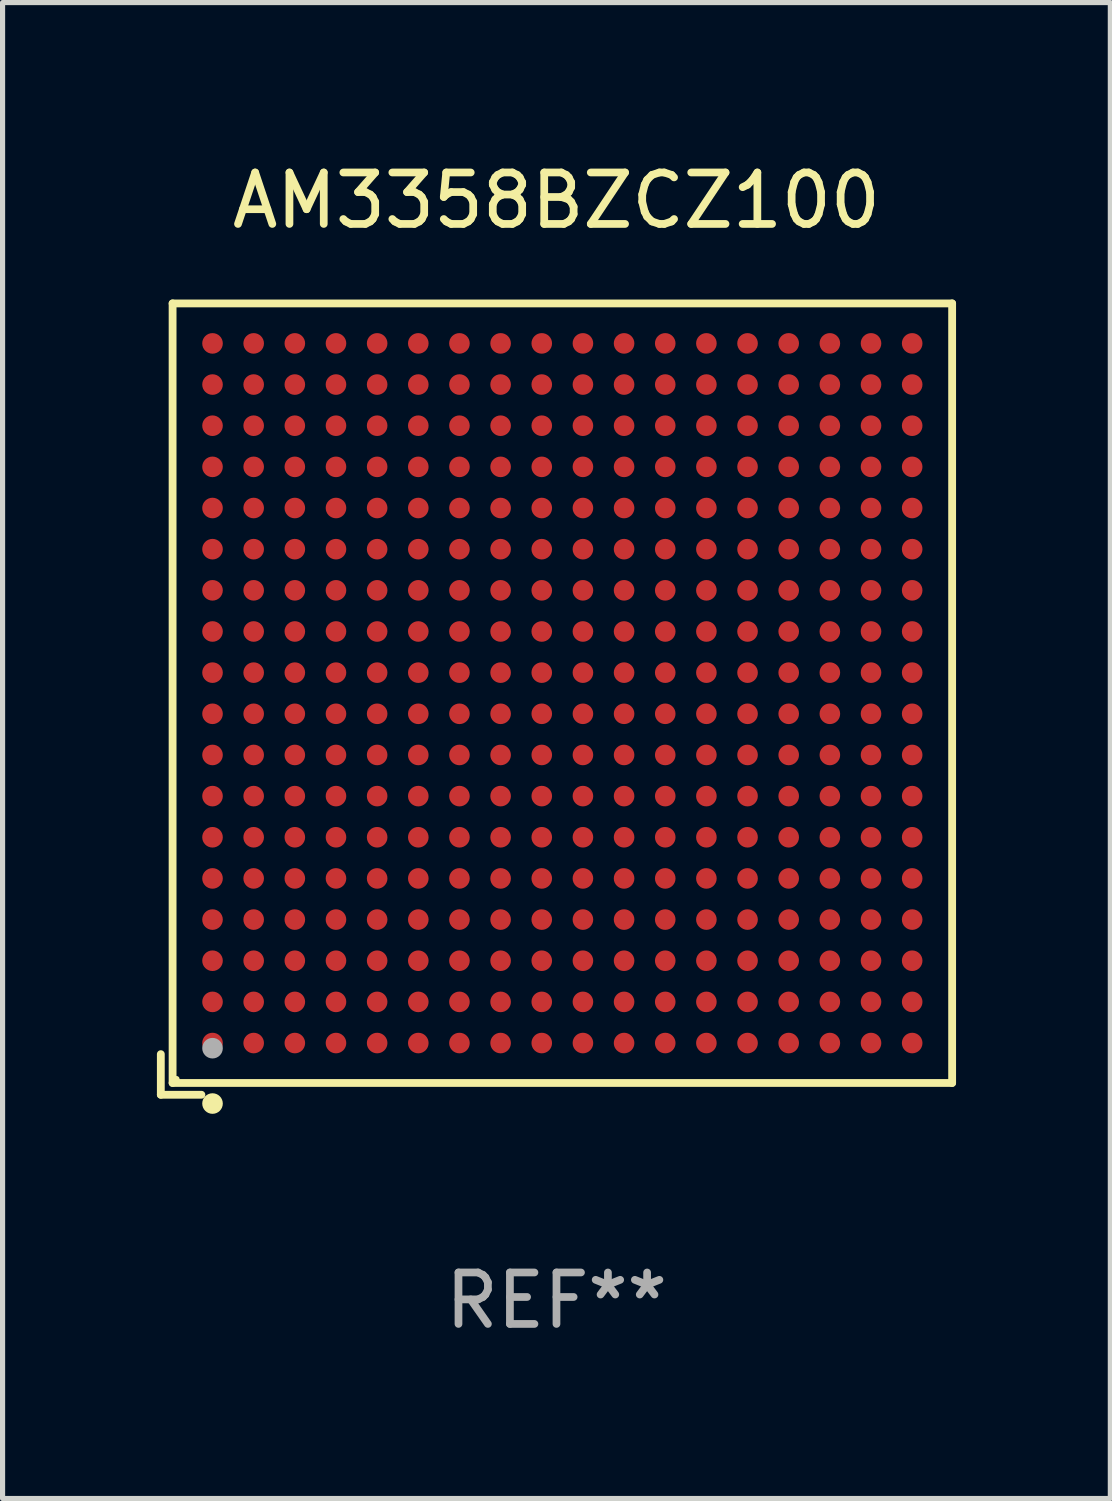
<source format=kicad_pcb>
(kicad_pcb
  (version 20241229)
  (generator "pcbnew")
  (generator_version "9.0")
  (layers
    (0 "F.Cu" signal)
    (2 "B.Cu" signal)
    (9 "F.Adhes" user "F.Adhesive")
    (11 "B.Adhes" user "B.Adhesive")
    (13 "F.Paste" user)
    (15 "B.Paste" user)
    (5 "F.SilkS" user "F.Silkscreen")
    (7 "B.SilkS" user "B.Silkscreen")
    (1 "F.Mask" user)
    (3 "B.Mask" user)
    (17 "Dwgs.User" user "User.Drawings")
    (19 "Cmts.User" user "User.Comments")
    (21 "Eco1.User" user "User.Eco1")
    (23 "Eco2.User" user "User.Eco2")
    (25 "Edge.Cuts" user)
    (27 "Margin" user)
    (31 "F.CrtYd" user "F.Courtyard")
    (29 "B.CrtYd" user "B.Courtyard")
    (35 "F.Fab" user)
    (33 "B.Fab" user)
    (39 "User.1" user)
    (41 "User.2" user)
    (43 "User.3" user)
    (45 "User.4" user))
  (footprint "AM3358BZCZ100"
    (layer "F.Cu")
    (at 7.767 10.539)
    (property "Reference" "AM3358BZCZ100" (at 0 -9.691 0) (layer "F.SilkS") (effects (font (size 1 1) (thickness 0.15))))
    (attr through_hole)
    (fp_line (start -7.691 6.902) (end -7.691 7.691) (stroke (width 0.152) (type solid)) (layer "F.SilkS"))
    (fp_line (start -7.691 7.691) (end -6.902 7.691) (stroke (width 0.152) (type solid)) (layer "F.SilkS"))
    (fp_line (start -7.462 -7.691) (end 7.691 -7.691) (stroke (width 0.152) (type solid)) (layer "F.SilkS"))
    (fp_line (start -7.462 7.462) (end -7.462 -7.691) (stroke (width 0.152) (type solid)) (layer "F.SilkS"))
    (fp_line (start 7.691 -7.691) (end 7.691 7.462) (stroke (width 0.152) (type solid)) (layer "F.SilkS"))
    (fp_line (start 7.691 7.462) (end -7.462 7.462) (stroke (width 0.152) (type solid)) (layer "F.SilkS"))
    (fp_circle (center -7.386 7.386) (end -7.356 7.386) (stroke (width 0.06) (type solid)) (fill no) (layer "F.SilkS"))
    (fp_circle (center -6.686 7.862) (end -6.586 7.862) (stroke (width 0.2) (type solid)) (fill no) (layer "F.SilkS"))
    (fp_circle (center -6.686 6.786) (end -6.586 6.786) (stroke (width 0.2) (type solid)) (fill no) (layer "F.Fab"))
    (fp_text user "REF**" (at 0 11.691 0) (layer "F.Fab") (effects (font (size 1 1) (thickness 0.15))))
    (pad "A1" smd circle (at -6.686 6.686) (size 0.4 0.4) (layers "F.Cu" "F.Mask" "F.Paste"))
    (pad "A2" smd circle (at -6.686 5.886) (size 0.4 0.4) (layers "F.Cu" "F.Mask" "F.Paste"))
    (pad "A3" smd circle (at -6.686 5.086) (size 0.4 0.4) (layers "F.Cu" "F.Mask" "F.Paste"))
    (pad "A4" smd circle (at -6.686 4.286) (size 0.4 0.4) (layers "F.Cu" "F.Mask" "F.Paste"))
    (pad "A5" smd circle (at -6.686 3.486) (size 0.4 0.4) (layers "F.Cu" "F.Mask" "F.Paste"))
    (pad "A6" smd circle (at -6.686 2.686) (size 0.4 0.4) (layers "F.Cu" "F.Mask" "F.Paste"))
    (pad "A7" smd circle (at -6.686 1.886) (size 0.4 0.4) (layers "F.Cu" "F.Mask" "F.Paste"))
    (pad "A8" smd circle (at -6.686 1.086) (size 0.4 0.4) (layers "F.Cu" "F.Mask" "F.Paste"))
    (pad "A9" smd circle (at -6.686 0.286) (size 0.4 0.4) (layers "F.Cu" "F.Mask" "F.Paste"))
    (pad "A10" smd circle (at -6.686 -0.514) (size 0.4 0.4) (layers "F.Cu" "F.Mask" "F.Paste"))
    (pad "A11" smd circle (at -6.686 -1.314) (size 0.4 0.4) (layers "F.Cu" "F.Mask" "F.Paste"))
    (pad "A12" smd circle (at -6.686 -2.114) (size 0.4 0.4) (layers "F.Cu" "F.Mask" "F.Paste"))
    (pad "A13" smd circle (at -6.686 -2.914) (size 0.4 0.4) (layers "F.Cu" "F.Mask" "F.Paste"))
    (pad "A14" smd circle (at -6.686 -3.714) (size 0.4 0.4) (layers "F.Cu" "F.Mask" "F.Paste"))
    (pad "A15" smd circle (at -6.686 -4.514) (size 0.4 0.4) (layers "F.Cu" "F.Mask" "F.Paste"))
    (pad "A16" smd circle (at -6.686 -5.314) (size 0.4 0.4) (layers "F.Cu" "F.Mask" "F.Paste"))
    (pad "A17" smd circle (at -6.686 -6.114) (size 0.4 0.4) (layers "F.Cu" "F.Mask" "F.Paste"))
    (pad "A18" smd circle (at -6.686 -6.914) (size 0.4 0.4) (layers "F.Cu" "F.Mask" "F.Paste"))
    (pad "B1" smd circle (at -5.886 6.686) (size 0.4 0.4) (layers "F.Cu" "F.Mask" "F.Paste"))
    (pad "B2" smd circle (at -5.886 5.886) (size 0.4 0.4) (layers "F.Cu" "F.Mask" "F.Paste"))
    (pad "B3" smd circle (at -5.886 5.086) (size 0.4 0.4) (layers "F.Cu" "F.Mask" "F.Paste"))
    (pad "B4" smd circle (at -5.886 4.286) (size 0.4 0.4) (layers "F.Cu" "F.Mask" "F.Paste"))
    (pad "B5" smd circle (at -5.886 3.486) (size 0.4 0.4) (layers "F.Cu" "F.Mask" "F.Paste"))
    (pad "B6" smd circle (at -5.886 2.686) (size 0.4 0.4) (layers "F.Cu" "F.Mask" "F.Paste"))
    (pad "B7" smd circle (at -5.886 1.886) (size 0.4 0.4) (layers "F.Cu" "F.Mask" "F.Paste"))
    (pad "B8" smd circle (at -5.886 1.086) (size 0.4 0.4) (layers "F.Cu" "F.Mask" "F.Paste"))
    (pad "B9" smd circle (at -5.886 0.286) (size 0.4 0.4) (layers "F.Cu" "F.Mask" "F.Paste"))
    (pad "B10" smd circle (at -5.886 -0.514) (size 0.4 0.4) (layers "F.Cu" "F.Mask" "F.Paste"))
    (pad "B11" smd circle (at -5.886 -1.314) (size 0.4 0.4) (layers "F.Cu" "F.Mask" "F.Paste"))
    (pad "B12" smd circle (at -5.886 -2.114) (size 0.4 0.4) (layers "F.Cu" "F.Mask" "F.Paste"))
    (pad "B13" smd circle (at -5.886 -2.914) (size 0.4 0.4) (layers "F.Cu" "F.Mask" "F.Paste"))
    (pad "B14" smd circle (at -5.886 -3.714) (size 0.4 0.4) (layers "F.Cu" "F.Mask" "F.Paste"))
    (pad "B15" smd circle (at -5.886 -4.514) (size 0.4 0.4) (layers "F.Cu" "F.Mask" "F.Paste"))
    (pad "B16" smd circle (at -5.886 -5.314) (size 0.4 0.4) (layers "F.Cu" "F.Mask" "F.Paste"))
    (pad "B17" smd circle (at -5.886 -6.114) (size 0.4 0.4) (layers "F.Cu" "F.Mask" "F.Paste"))
    (pad "B18" smd circle (at -5.886 -6.914) (size 0.4 0.4) (layers "F.Cu" "F.Mask" "F.Paste"))
    (pad "C1" smd circle (at -5.086 6.686) (size 0.4 0.4) (layers "F.Cu" "F.Mask" "F.Paste"))
    (pad "C2" smd circle (at -5.086 5.886) (size 0.4 0.4) (layers "F.Cu" "F.Mask" "F.Paste"))
    (pad "C3" smd circle (at -5.086 5.086) (size 0.4 0.4) (layers "F.Cu" "F.Mask" "F.Paste"))
    (pad "C4" smd circle (at -5.086 4.286) (size 0.4 0.4) (layers "F.Cu" "F.Mask" "F.Paste"))
    (pad "C5" smd circle (at -5.086 3.486) (size 0.4 0.4) (layers "F.Cu" "F.Mask" "F.Paste"))
    (pad "C6" smd circle (at -5.086 2.686) (size 0.4 0.4) (layers "F.Cu" "F.Mask" "F.Paste"))
    (pad "C7" smd circle (at -5.086 1.886) (size 0.4 0.4) (layers "F.Cu" "F.Mask" "F.Paste"))
    (pad "C8" smd circle (at -5.086 1.086) (size 0.4 0.4) (layers "F.Cu" "F.Mask" "F.Paste"))
    (pad "C9" smd circle (at -5.086 0.286) (size 0.4 0.4) (layers "F.Cu" "F.Mask" "F.Paste"))
    (pad "C10" smd circle (at -5.086 -0.514) (size 0.4 0.4) (layers "F.Cu" "F.Mask" "F.Paste"))
    (pad "C11" smd circle (at -5.086 -1.314) (size 0.4 0.4) (layers "F.Cu" "F.Mask" "F.Paste"))
    (pad "C12" smd circle (at -5.086 -2.114) (size 0.4 0.4) (layers "F.Cu" "F.Mask" "F.Paste"))
    (pad "C13" smd circle (at -5.086 -2.914) (size 0.4 0.4) (layers "F.Cu" "F.Mask" "F.Paste"))
    (pad "C14" smd circle (at -5.086 -3.714) (size 0.4 0.4) (layers "F.Cu" "F.Mask" "F.Paste"))
    (pad "C15" smd circle (at -5.086 -4.514) (size 0.4 0.4) (layers "F.Cu" "F.Mask" "F.Paste"))
    (pad "C16" smd circle (at -5.086 -5.314) (size 0.4 0.4) (layers "F.Cu" "F.Mask" "F.Paste"))
    (pad "C17" smd circle (at -5.086 -6.114) (size 0.4 0.4) (layers "F.Cu" "F.Mask" "F.Paste"))
    (pad "C18" smd circle (at -5.086 -6.914) (size 0.4 0.4) (layers "F.Cu" "F.Mask" "F.Paste"))
    (pad "D1" smd circle (at -4.286 6.686) (size 0.4 0.4) (layers "F.Cu" "F.Mask" "F.Paste"))
    (pad "D2" smd circle (at -4.286 5.886) (size 0.4 0.4) (layers "F.Cu" "F.Mask" "F.Paste"))
    (pad "D3" smd circle (at -4.286 5.086) (size 0.4 0.4) (layers "F.Cu" "F.Mask" "F.Paste"))
    (pad "D4" smd circle (at -4.286 4.286) (size 0.4 0.4) (layers "F.Cu" "F.Mask" "F.Paste"))
    (pad "D5" smd circle (at -4.286 3.486) (size 0.4 0.4) (layers "F.Cu" "F.Mask" "F.Paste"))
    (pad "D6" smd circle (at -4.286 2.686) (size 0.4 0.4) (layers "F.Cu" "F.Mask" "F.Paste"))
    (pad "D7" smd circle (at -4.286 1.886) (size 0.4 0.4) (layers "F.Cu" "F.Mask" "F.Paste"))
    (pad "D8" smd circle (at -4.286 1.086) (size 0.4 0.4) (layers "F.Cu" "F.Mask" "F.Paste"))
    (pad "D9" smd circle (at -4.286 0.286) (size 0.4 0.4) (layers "F.Cu" "F.Mask" "F.Paste"))
    (pad "D10" smd circle (at -4.286 -0.514) (size 0.4 0.4) (layers "F.Cu" "F.Mask" "F.Paste"))
    (pad "D11" smd circle (at -4.286 -1.314) (size 0.4 0.4) (layers "F.Cu" "F.Mask" "F.Paste"))
    (pad "D12" smd circle (at -4.286 -2.114) (size 0.4 0.4) (layers "F.Cu" "F.Mask" "F.Paste"))
    (pad "D13" smd circle (at -4.286 -2.914) (size 0.4 0.4) (layers "F.Cu" "F.Mask" "F.Paste"))
    (pad "D14" smd circle (at -4.286 -3.714) (size 0.4 0.4) (layers "F.Cu" "F.Mask" "F.Paste"))
    (pad "D15" smd circle (at -4.286 -4.514) (size 0.4 0.4) (layers "F.Cu" "F.Mask" "F.Paste"))
    (pad "D16" smd circle (at -4.286 -5.314) (size 0.4 0.4) (layers "F.Cu" "F.Mask" "F.Paste"))
    (pad "D17" smd circle (at -4.286 -6.114) (size 0.4 0.4) (layers "F.Cu" "F.Mask" "F.Paste"))
    (pad "D18" smd circle (at -4.286 -6.914) (size 0.4 0.4) (layers "F.Cu" "F.Mask" "F.Paste"))
    (pad "E1" smd circle (at -3.486 6.686) (size 0.4 0.4) (layers "F.Cu" "F.Mask" "F.Paste"))
    (pad "E2" smd circle (at -3.486 5.886) (size 0.4 0.4) (layers "F.Cu" "F.Mask" "F.Paste"))
    (pad "E3" smd circle (at -3.486 5.086) (size 0.4 0.4) (layers "F.Cu" "F.Mask" "F.Paste"))
    (pad "E4" smd circle (at -3.486 4.286) (size 0.4 0.4) (layers "F.Cu" "F.Mask" "F.Paste"))
    (pad "E5" smd circle (at -3.486 3.486) (size 0.4 0.4) (layers "F.Cu" "F.Mask" "F.Paste"))
    (pad "E6" smd circle (at -3.486 2.686) (size 0.4 0.4) (layers "F.Cu" "F.Mask" "F.Paste"))
    (pad "E7" smd circle (at -3.486 1.886) (size 0.4 0.4) (layers "F.Cu" "F.Mask" "F.Paste"))
    (pad "E8" smd circle (at -3.486 1.086) (size 0.4 0.4) (layers "F.Cu" "F.Mask" "F.Paste"))
    (pad "E9" smd circle (at -3.486 0.286) (size 0.4 0.4) (layers "F.Cu" "F.Mask" "F.Paste"))
    (pad "E10" smd circle (at -3.486 -0.514) (size 0.4 0.4) (layers "F.Cu" "F.Mask" "F.Paste"))
    (pad "E11" smd circle (at -3.486 -1.314) (size 0.4 0.4) (layers "F.Cu" "F.Mask" "F.Paste"))
    (pad "E12" smd circle (at -3.486 -2.114) (size 0.4 0.4) (layers "F.Cu" "F.Mask" "F.Paste"))
    (pad "E13" smd circle (at -3.486 -2.914) (size 0.4 0.4) (layers "F.Cu" "F.Mask" "F.Paste"))
    (pad "E14" smd circle (at -3.486 -3.714) (size 0.4 0.4) (layers "F.Cu" "F.Mask" "F.Paste"))
    (pad "E15" smd circle (at -3.486 -4.514) (size 0.4 0.4) (layers "F.Cu" "F.Mask" "F.Paste"))
    (pad "E16" smd circle (at -3.486 -5.314) (size 0.4 0.4) (layers "F.Cu" "F.Mask" "F.Paste"))
    (pad "E17" smd circle (at -3.486 -6.114) (size 0.4 0.4) (layers "F.Cu" "F.Mask" "F.Paste"))
    (pad "E18" smd circle (at -3.486 -6.914) (size 0.4 0.4) (layers "F.Cu" "F.Mask" "F.Paste"))
    (pad "F1" smd circle (at -2.686 6.686) (size 0.4 0.4) (layers "F.Cu" "F.Mask" "F.Paste"))
    (pad "F2" smd circle (at -2.686 5.886) (size 0.4 0.4) (layers "F.Cu" "F.Mask" "F.Paste"))
    (pad "F3" smd circle (at -2.686 5.086) (size 0.4 0.4) (layers "F.Cu" "F.Mask" "F.Paste"))
    (pad "F4" smd circle (at -2.686 4.286) (size 0.4 0.4) (layers "F.Cu" "F.Mask" "F.Paste"))
    (pad "F5" smd circle (at -2.686 3.486) (size 0.4 0.4) (layers "F.Cu" "F.Mask" "F.Paste"))
    (pad "F6" smd circle (at -2.686 2.686) (size 0.4 0.4) (layers "F.Cu" "F.Mask" "F.Paste"))
    (pad "F7" smd circle (at -2.686 1.886) (size 0.4 0.4) (layers "F.Cu" "F.Mask" "F.Paste"))
    (pad "F8" smd circle (at -2.686 1.086) (size 0.4 0.4) (layers "F.Cu" "F.Mask" "F.Paste"))
    (pad "F9" smd circle (at -2.686 0.286) (size 0.4 0.4) (layers "F.Cu" "F.Mask" "F.Paste"))
    (pad "F10" smd circle (at -2.686 -0.514) (size 0.4 0.4) (layers "F.Cu" "F.Mask" "F.Paste"))
    (pad "F11" smd circle (at -2.686 -1.314) (size 0.4 0.4) (layers "F.Cu" "F.Mask" "F.Paste"))
    (pad "F12" smd circle (at -2.686 -2.114) (size 0.4 0.4) (layers "F.Cu" "F.Mask" "F.Paste"))
    (pad "F13" smd circle (at -2.686 -2.914) (size 0.4 0.4) (layers "F.Cu" "F.Mask" "F.Paste"))
    (pad "F14" smd circle (at -2.686 -3.714) (size 0.4 0.4) (layers "F.Cu" "F.Mask" "F.Paste"))
    (pad "F15" smd circle (at -2.686 -4.514) (size 0.4 0.4) (layers "F.Cu" "F.Mask" "F.Paste"))
    (pad "F16" smd circle (at -2.686 -5.314) (size 0.4 0.4) (layers "F.Cu" "F.Mask" "F.Paste"))
    (pad "F17" smd circle (at -2.686 -6.114) (size 0.4 0.4) (layers "F.Cu" "F.Mask" "F.Paste"))
    (pad "F18" smd circle (at -2.686 -6.914) (size 0.4 0.4) (layers "F.Cu" "F.Mask" "F.Paste"))
    (pad "G1" smd circle (at -1.886 6.686) (size 0.4 0.4) (layers "F.Cu" "F.Mask" "F.Paste"))
    (pad "G2" smd circle (at -1.886 5.886) (size 0.4 0.4) (layers "F.Cu" "F.Mask" "F.Paste"))
    (pad "G3" smd circle (at -1.886 5.086) (size 0.4 0.4) (layers "F.Cu" "F.Mask" "F.Paste"))
    (pad "G4" smd circle (at -1.886 4.286) (size 0.4 0.4) (layers "F.Cu" "F.Mask" "F.Paste"))
    (pad "G5" smd circle (at -1.886 3.486) (size 0.4 0.4) (layers "F.Cu" "F.Mask" "F.Paste"))
    (pad "G6" smd circle (at -1.886 2.686) (size 0.4 0.4) (layers "F.Cu" "F.Mask" "F.Paste"))
    (pad "G7" smd circle (at -1.886 1.886) (size 0.4 0.4) (layers "F.Cu" "F.Mask" "F.Paste"))
    (pad "G8" smd circle (at -1.886 1.086) (size 0.4 0.4) (layers "F.Cu" "F.Mask" "F.Paste"))
    (pad "G9" smd circle (at -1.886 0.286) (size 0.4 0.4) (layers "F.Cu" "F.Mask" "F.Paste"))
    (pad "G10" smd circle (at -1.886 -0.514) (size 0.4 0.4) (layers "F.Cu" "F.Mask" "F.Paste"))
    (pad "G11" smd circle (at -1.886 -1.314) (size 0.4 0.4) (layers "F.Cu" "F.Mask" "F.Paste"))
    (pad "G12" smd circle (at -1.886 -2.114) (size 0.4 0.4) (layers "F.Cu" "F.Mask" "F.Paste"))
    (pad "G13" smd circle (at -1.886 -2.914) (size 0.4 0.4) (layers "F.Cu" "F.Mask" "F.Paste"))
    (pad "G14" smd circle (at -1.886 -3.714) (size 0.4 0.4) (layers "F.Cu" "F.Mask" "F.Paste"))
    (pad "G15" smd circle (at -1.886 -4.514) (size 0.4 0.4) (layers "F.Cu" "F.Mask" "F.Paste"))
    (pad "G16" smd circle (at -1.886 -5.314) (size 0.4 0.4) (layers "F.Cu" "F.Mask" "F.Paste"))
    (pad "G17" smd circle (at -1.886 -6.114) (size 0.4 0.4) (layers "F.Cu" "F.Mask" "F.Paste"))
    (pad "G18" smd circle (at -1.886 -6.914) (size 0.4 0.4) (layers "F.Cu" "F.Mask" "F.Paste"))
    (pad "H1" smd circle (at -1.086 6.686) (size 0.4 0.4) (layers "F.Cu" "F.Mask" "F.Paste"))
    (pad "H2" smd circle (at -1.086 5.886) (size 0.4 0.4) (layers "F.Cu" "F.Mask" "F.Paste"))
    (pad "H3" smd circle (at -1.086 5.086) (size 0.4 0.4) (layers "F.Cu" "F.Mask" "F.Paste"))
    (pad "H4" smd circle (at -1.086 4.286) (size 0.4 0.4) (layers "F.Cu" "F.Mask" "F.Paste"))
    (pad "H5" smd circle (at -1.086 3.486) (size 0.4 0.4) (layers "F.Cu" "F.Mask" "F.Paste"))
    (pad "H6" smd circle (at -1.086 2.686) (size 0.4 0.4) (layers "F.Cu" "F.Mask" "F.Paste"))
    (pad "H7" smd circle (at -1.086 1.886) (size 0.4 0.4) (layers "F.Cu" "F.Mask" "F.Paste"))
    (pad "H8" smd circle (at -1.086 1.086) (size 0.4 0.4) (layers "F.Cu" "F.Mask" "F.Paste"))
    (pad "H9" smd circle (at -1.086 0.286) (size 0.4 0.4) (layers "F.Cu" "F.Mask" "F.Paste"))
    (pad "H10" smd circle (at -1.086 -0.514) (size 0.4 0.4) (layers "F.Cu" "F.Mask" "F.Paste"))
    (pad "H11" smd circle (at -1.086 -1.314) (size 0.4 0.4) (layers "F.Cu" "F.Mask" "F.Paste"))
    (pad "H12" smd circle (at -1.086 -2.114) (size 0.4 0.4) (layers "F.Cu" "F.Mask" "F.Paste"))
    (pad "H13" smd circle (at -1.086 -2.914) (size 0.4 0.4) (layers "F.Cu" "F.Mask" "F.Paste"))
    (pad "H14" smd circle (at -1.086 -3.714) (size 0.4 0.4) (layers "F.Cu" "F.Mask" "F.Paste"))
    (pad "H15" smd circle (at -1.086 -4.514) (size 0.4 0.4) (layers "F.Cu" "F.Mask" "F.Paste"))
    (pad "H16" smd circle (at -1.086 -5.314) (size 0.4 0.4) (layers "F.Cu" "F.Mask" "F.Paste"))
    (pad "H17" smd circle (at -1.086 -6.114) (size 0.4 0.4) (layers "F.Cu" "F.Mask" "F.Paste"))
    (pad "H18" smd circle (at -1.086 -6.914) (size 0.4 0.4) (layers "F.Cu" "F.Mask" "F.Paste"))
    (pad "J1" smd circle (at -0.286 6.686) (size 0.4 0.4) (layers "F.Cu" "F.Mask" "F.Paste"))
    (pad "J2" smd circle (at -0.286 5.886) (size 0.4 0.4) (layers "F.Cu" "F.Mask" "F.Paste"))
    (pad "J3" smd circle (at -0.286 5.086) (size 0.4 0.4) (layers "F.Cu" "F.Mask" "F.Paste"))
    (pad "J4" smd circle (at -0.286 4.286) (size 0.4 0.4) (layers "F.Cu" "F.Mask" "F.Paste"))
    (pad "J5" smd circle (at -0.286 3.486) (size 0.4 0.4) (layers "F.Cu" "F.Mask" "F.Paste"))
    (pad "J6" smd circle (at -0.286 2.686) (size 0.4 0.4) (layers "F.Cu" "F.Mask" "F.Paste"))
    (pad "J7" smd circle (at -0.286 1.886) (size 0.4 0.4) (layers "F.Cu" "F.Mask" "F.Paste"))
    (pad "J8" smd circle (at -0.286 1.086) (size 0.4 0.4) (layers "F.Cu" "F.Mask" "F.Paste"))
    (pad "J9" smd circle (at -0.286 0.286) (size 0.4 0.4) (layers "F.Cu" "F.Mask" "F.Paste"))
    (pad "J10" smd circle (at -0.286 -0.514) (size 0.4 0.4) (layers "F.Cu" "F.Mask" "F.Paste"))
    (pad "J11" smd circle (at -0.286 -1.314) (size 0.4 0.4) (layers "F.Cu" "F.Mask" "F.Paste"))
    (pad "J12" smd circle (at -0.286 -2.114) (size 0.4 0.4) (layers "F.Cu" "F.Mask" "F.Paste"))
    (pad "J13" smd circle (at -0.286 -2.914) (size 0.4 0.4) (layers "F.Cu" "F.Mask" "F.Paste"))
    (pad "J14" smd circle (at -0.286 -3.714) (size 0.4 0.4) (layers "F.Cu" "F.Mask" "F.Paste"))
    (pad "J15" smd circle (at -0.286 -4.514) (size 0.4 0.4) (layers "F.Cu" "F.Mask" "F.Paste"))
    (pad "J16" smd circle (at -0.286 -5.314) (size 0.4 0.4) (layers "F.Cu" "F.Mask" "F.Paste"))
    (pad "J17" smd circle (at -0.286 -6.114) (size 0.4 0.4) (layers "F.Cu" "F.Mask" "F.Paste"))
    (pad "J18" smd circle (at -0.286 -6.914) (size 0.4 0.4) (layers "F.Cu" "F.Mask" "F.Paste"))
    (pad "K1" smd circle (at 0.514 6.686) (size 0.4 0.4) (layers "F.Cu" "F.Mask" "F.Paste"))
    (pad "K2" smd circle (at 0.514 5.886) (size 0.4 0.4) (layers "F.Cu" "F.Mask" "F.Paste"))
    (pad "K3" smd circle (at 0.514 5.086) (size 0.4 0.4) (layers "F.Cu" "F.Mask" "F.Paste"))
    (pad "K4" smd circle (at 0.514 4.286) (size 0.4 0.4) (layers "F.Cu" "F.Mask" "F.Paste"))
    (pad "K5" smd circle (at 0.514 3.486) (size 0.4 0.4) (layers "F.Cu" "F.Mask" "F.Paste"))
    (pad "K6" smd circle (at 0.514 2.686) (size 0.4 0.4) (layers "F.Cu" "F.Mask" "F.Paste"))
    (pad "K7" smd circle (at 0.514 1.886) (size 0.4 0.4) (layers "F.Cu" "F.Mask" "F.Paste"))
    (pad "K8" smd circle (at 0.514 1.086) (size 0.4 0.4) (layers "F.Cu" "F.Mask" "F.Paste"))
    (pad "K9" smd circle (at 0.514 0.286) (size 0.4 0.4) (layers "F.Cu" "F.Mask" "F.Paste"))
    (pad "K10" smd circle (at 0.514 -0.514) (size 0.4 0.4) (layers "F.Cu" "F.Mask" "F.Paste"))
    (pad "K11" smd circle (at 0.514 -1.314) (size 0.4 0.4) (layers "F.Cu" "F.Mask" "F.Paste"))
    (pad "K12" smd circle (at 0.514 -2.114) (size 0.4 0.4) (layers "F.Cu" "F.Mask" "F.Paste"))
    (pad "K13" smd circle (at 0.514 -2.914) (size 0.4 0.4) (layers "F.Cu" "F.Mask" "F.Paste"))
    (pad "K14" smd circle (at 0.514 -3.714) (size 0.4 0.4) (layers "F.Cu" "F.Mask" "F.Paste"))
    (pad "K15" smd circle (at 0.514 -4.514) (size 0.4 0.4) (layers "F.Cu" "F.Mask" "F.Paste"))
    (pad "K16" smd circle (at 0.514 -5.314) (size 0.4 0.4) (layers "F.Cu" "F.Mask" "F.Paste"))
    (pad "K17" smd circle (at 0.514 -6.114) (size 0.4 0.4) (layers "F.Cu" "F.Mask" "F.Paste"))
    (pad "K18" smd circle (at 0.514 -6.914) (size 0.4 0.4) (layers "F.Cu" "F.Mask" "F.Paste"))
    (pad "L1" smd circle (at 1.314 6.686) (size 0.4 0.4) (layers "F.Cu" "F.Mask" "F.Paste"))
    (pad "L2" smd circle (at 1.314 5.886) (size 0.4 0.4) (layers "F.Cu" "F.Mask" "F.Paste"))
    (pad "L3" smd circle (at 1.314 5.086) (size 0.4 0.4) (layers "F.Cu" "F.Mask" "F.Paste"))
    (pad "L4" smd circle (at 1.314 4.286) (size 0.4 0.4) (layers "F.Cu" "F.Mask" "F.Paste"))
    (pad "L5" smd circle (at 1.314 3.486) (size 0.4 0.4) (layers "F.Cu" "F.Mask" "F.Paste"))
    (pad "L6" smd circle (at 1.314 2.686) (size 0.4 0.4) (layers "F.Cu" "F.Mask" "F.Paste"))
    (pad "L7" smd circle (at 1.314 1.886) (size 0.4 0.4) (layers "F.Cu" "F.Mask" "F.Paste"))
    (pad "L8" smd circle (at 1.314 1.086) (size 0.4 0.4) (layers "F.Cu" "F.Mask" "F.Paste"))
    (pad "L9" smd circle (at 1.314 0.286) (size 0.4 0.4) (layers "F.Cu" "F.Mask" "F.Paste"))
    (pad "L10" smd circle (at 1.314 -0.514) (size 0.4 0.4) (layers "F.Cu" "F.Mask" "F.Paste"))
    (pad "L11" smd circle (at 1.314 -1.314) (size 0.4 0.4) (layers "F.Cu" "F.Mask" "F.Paste"))
    (pad "L12" smd circle (at 1.314 -2.114) (size 0.4 0.4) (layers "F.Cu" "F.Mask" "F.Paste"))
    (pad "L13" smd circle (at 1.314 -2.914) (size 0.4 0.4) (layers "F.Cu" "F.Mask" "F.Paste"))
    (pad "L14" smd circle (at 1.314 -3.714) (size 0.4 0.4) (layers "F.Cu" "F.Mask" "F.Paste"))
    (pad "L15" smd circle (at 1.314 -4.514) (size 0.4 0.4) (layers "F.Cu" "F.Mask" "F.Paste"))
    (pad "L16" smd circle (at 1.314 -5.314) (size 0.4 0.4) (layers "F.Cu" "F.Mask" "F.Paste"))
    (pad "L17" smd circle (at 1.314 -6.114) (size 0.4 0.4) (layers "F.Cu" "F.Mask" "F.Paste"))
    (pad "L18" smd circle (at 1.314 -6.914) (size 0.4 0.4) (layers "F.Cu" "F.Mask" "F.Paste"))
    (pad "M1" smd circle (at 2.114 6.686) (size 0.4 0.4) (layers "F.Cu" "F.Mask" "F.Paste"))
    (pad "M2" smd circle (at 2.114 5.886) (size 0.4 0.4) (layers "F.Cu" "F.Mask" "F.Paste"))
    (pad "M3" smd circle (at 2.114 5.086) (size 0.4 0.4) (layers "F.Cu" "F.Mask" "F.Paste"))
    (pad "M4" smd circle (at 2.114 4.286) (size 0.4 0.4) (layers "F.Cu" "F.Mask" "F.Paste"))
    (pad "M5" smd circle (at 2.114 3.486) (size 0.4 0.4) (layers "F.Cu" "F.Mask" "F.Paste"))
    (pad "M6" smd circle (at 2.114 2.686) (size 0.4 0.4) (layers "F.Cu" "F.Mask" "F.Paste"))
    (pad "M7" smd circle (at 2.114 1.886) (size 0.4 0.4) (layers "F.Cu" "F.Mask" "F.Paste"))
    (pad "M8" smd circle (at 2.114 1.086) (size 0.4 0.4) (layers "F.Cu" "F.Mask" "F.Paste"))
    (pad "M9" smd circle (at 2.114 0.286) (size 0.4 0.4) (layers "F.Cu" "F.Mask" "F.Paste"))
    (pad "M10" smd circle (at 2.114 -0.514) (size 0.4 0.4) (layers "F.Cu" "F.Mask" "F.Paste"))
    (pad "M11" smd circle (at 2.114 -1.314) (size 0.4 0.4) (layers "F.Cu" "F.Mask" "F.Paste"))
    (pad "M12" smd circle (at 2.114 -2.114) (size 0.4 0.4) (layers "F.Cu" "F.Mask" "F.Paste"))
    (pad "M13" smd circle (at 2.114 -2.914) (size 0.4 0.4) (layers "F.Cu" "F.Mask" "F.Paste"))
    (pad "M14" smd circle (at 2.114 -3.714) (size 0.4 0.4) (layers "F.Cu" "F.Mask" "F.Paste"))
    (pad "M15" smd circle (at 2.114 -4.514) (size 0.4 0.4) (layers "F.Cu" "F.Mask" "F.Paste"))
    (pad "M16" smd circle (at 2.114 -5.314) (size 0.4 0.4) (layers "F.Cu" "F.Mask" "F.Paste"))
    (pad "M17" smd circle (at 2.114 -6.114) (size 0.4 0.4) (layers "F.Cu" "F.Mask" "F.Paste"))
    (pad "M18" smd circle (at 2.114 -6.914) (size 0.4 0.4) (layers "F.Cu" "F.Mask" "F.Paste"))
    (pad "N1" smd circle (at 2.914 6.686) (size 0.4 0.4) (layers "F.Cu" "F.Mask" "F.Paste"))
    (pad "N2" smd circle (at 2.914 5.886) (size 0.4 0.4) (layers "F.Cu" "F.Mask" "F.Paste"))
    (pad "N3" smd circle (at 2.914 5.086) (size 0.4 0.4) (layers "F.Cu" "F.Mask" "F.Paste"))
    (pad "N4" smd circle (at 2.914 4.286) (size 0.4 0.4) (layers "F.Cu" "F.Mask" "F.Paste"))
    (pad "N5" smd circle (at 2.914 3.486) (size 0.4 0.4) (layers "F.Cu" "F.Mask" "F.Paste"))
    (pad "N6" smd circle (at 2.914 2.686) (size 0.4 0.4) (layers "F.Cu" "F.Mask" "F.Paste"))
    (pad "N7" smd circle (at 2.914 1.886) (size 0.4 0.4) (layers "F.Cu" "F.Mask" "F.Paste"))
    (pad "N8" smd circle (at 2.914 1.086) (size 0.4 0.4) (layers "F.Cu" "F.Mask" "F.Paste"))
    (pad "N9" smd circle (at 2.914 0.286) (size 0.4 0.4) (layers "F.Cu" "F.Mask" "F.Paste"))
    (pad "N10" smd circle (at 2.914 -0.514) (size 0.4 0.4) (layers "F.Cu" "F.Mask" "F.Paste"))
    (pad "N11" smd circle (at 2.914 -1.314) (size 0.4 0.4) (layers "F.Cu" "F.Mask" "F.Paste"))
    (pad "N12" smd circle (at 2.914 -2.114) (size 0.4 0.4) (layers "F.Cu" "F.Mask" "F.Paste"))
    (pad "N13" smd circle (at 2.914 -2.914) (size 0.4 0.4) (layers "F.Cu" "F.Mask" "F.Paste"))
    (pad "N14" smd circle (at 2.914 -3.714) (size 0.4 0.4) (layers "F.Cu" "F.Mask" "F.Paste"))
    (pad "N15" smd circle (at 2.914 -4.514) (size 0.4 0.4) (layers "F.Cu" "F.Mask" "F.Paste"))
    (pad "N16" smd circle (at 2.914 -5.314) (size 0.4 0.4) (layers "F.Cu" "F.Mask" "F.Paste"))
    (pad "N17" smd circle (at 2.914 -6.114) (size 0.4 0.4) (layers "F.Cu" "F.Mask" "F.Paste"))
    (pad "N18" smd circle (at 2.914 -6.914) (size 0.4 0.4) (layers "F.Cu" "F.Mask" "F.Paste"))
    (pad "P1" smd circle (at 3.714 6.686) (size 0.4 0.4) (layers "F.Cu" "F.Mask" "F.Paste"))
    (pad "P2" smd circle (at 3.714 5.886) (size 0.4 0.4) (layers "F.Cu" "F.Mask" "F.Paste"))
    (pad "P3" smd circle (at 3.714 5.086) (size 0.4 0.4) (layers "F.Cu" "F.Mask" "F.Paste"))
    (pad "P4" smd circle (at 3.714 4.286) (size 0.4 0.4) (layers "F.Cu" "F.Mask" "F.Paste"))
    (pad "P5" smd circle (at 3.714 3.486) (size 0.4 0.4) (layers "F.Cu" "F.Mask" "F.Paste"))
    (pad "P6" smd circle (at 3.714 2.686) (size 0.4 0.4) (layers "F.Cu" "F.Mask" "F.Paste"))
    (pad "P7" smd circle (at 3.714 1.886) (size 0.4 0.4) (layers "F.Cu" "F.Mask" "F.Paste"))
    (pad "P8" smd circle (at 3.714 1.086) (size 0.4 0.4) (layers "F.Cu" "F.Mask" "F.Paste"))
    (pad "P9" smd circle (at 3.714 0.286) (size 0.4 0.4) (layers "F.Cu" "F.Mask" "F.Paste"))
    (pad "P10" smd circle (at 3.714 -0.514) (size 0.4 0.4) (layers "F.Cu" "F.Mask" "F.Paste"))
    (pad "P11" smd circle (at 3.714 -1.314) (size 0.4 0.4) (layers "F.Cu" "F.Mask" "F.Paste"))
    (pad "P12" smd circle (at 3.714 -2.114) (size 0.4 0.4) (layers "F.Cu" "F.Mask" "F.Paste"))
    (pad "P13" smd circle (at 3.714 -2.914) (size 0.4 0.4) (layers "F.Cu" "F.Mask" "F.Paste"))
    (pad "P14" smd circle (at 3.714 -3.714) (size 0.4 0.4) (layers "F.Cu" "F.Mask" "F.Paste"))
    (pad "P15" smd circle (at 3.714 -4.514) (size 0.4 0.4) (layers "F.Cu" "F.Mask" "F.Paste"))
    (pad "P16" smd circle (at 3.714 -5.314) (size 0.4 0.4) (layers "F.Cu" "F.Mask" "F.Paste"))
    (pad "P17" smd circle (at 3.714 -6.114) (size 0.4 0.4) (layers "F.Cu" "F.Mask" "F.Paste"))
    (pad "P18" smd circle (at 3.714 -6.914) (size 0.4 0.4) (layers "F.Cu" "F.Mask" "F.Paste"))
    (pad "R1" smd circle (at 4.514 6.686) (size 0.4 0.4) (layers "F.Cu" "F.Mask" "F.Paste"))
    (pad "R2" smd circle (at 4.514 5.886) (size 0.4 0.4) (layers "F.Cu" "F.Mask" "F.Paste"))
    (pad "R3" smd circle (at 4.514 5.086) (size 0.4 0.4) (layers "F.Cu" "F.Mask" "F.Paste"))
    (pad "R4" smd circle (at 4.514 4.286) (size 0.4 0.4) (layers "F.Cu" "F.Mask" "F.Paste"))
    (pad "R5" smd circle (at 4.514 3.486) (size 0.4 0.4) (layers "F.Cu" "F.Mask" "F.Paste"))
    (pad "R6" smd circle (at 4.514 2.686) (size 0.4 0.4) (layers "F.Cu" "F.Mask" "F.Paste"))
    (pad "R7" smd circle (at 4.514 1.886) (size 0.4 0.4) (layers "F.Cu" "F.Mask" "F.Paste"))
    (pad "R8" smd circle (at 4.514 1.086) (size 0.4 0.4) (layers "F.Cu" "F.Mask" "F.Paste"))
    (pad "R9" smd circle (at 4.514 0.286) (size 0.4 0.4) (layers "F.Cu" "F.Mask" "F.Paste"))
    (pad "R10" smd circle (at 4.514 -0.514) (size 0.4 0.4) (layers "F.Cu" "F.Mask" "F.Paste"))
    (pad "R11" smd circle (at 4.514 -1.314) (size 0.4 0.4) (layers "F.Cu" "F.Mask" "F.Paste"))
    (pad "R12" smd circle (at 4.514 -2.114) (size 0.4 0.4) (layers "F.Cu" "F.Mask" "F.Paste"))
    (pad "R13" smd circle (at 4.514 -2.914) (size 0.4 0.4) (layers "F.Cu" "F.Mask" "F.Paste"))
    (pad "R14" smd circle (at 4.514 -3.714) (size 0.4 0.4) (layers "F.Cu" "F.Mask" "F.Paste"))
    (pad "R15" smd circle (at 4.514 -4.514) (size 0.4 0.4) (layers "F.Cu" "F.Mask" "F.Paste"))
    (pad "R16" smd circle (at 4.514 -5.314) (size 0.4 0.4) (layers "F.Cu" "F.Mask" "F.Paste"))
    (pad "R17" smd circle (at 4.514 -6.114) (size 0.4 0.4) (layers "F.Cu" "F.Mask" "F.Paste"))
    (pad "R18" smd circle (at 4.514 -6.914) (size 0.4 0.4) (layers "F.Cu" "F.Mask" "F.Paste"))
    (pad "T1" smd circle (at 5.314 6.686) (size 0.4 0.4) (layers "F.Cu" "F.Mask" "F.Paste"))
    (pad "T2" smd circle (at 5.314 5.886) (size 0.4 0.4) (layers "F.Cu" "F.Mask" "F.Paste"))
    (pad "T3" smd circle (at 5.314 5.086) (size 0.4 0.4) (layers "F.Cu" "F.Mask" "F.Paste"))
    (pad "T4" smd circle (at 5.314 4.286) (size 0.4 0.4) (layers "F.Cu" "F.Mask" "F.Paste"))
    (pad "T5" smd circle (at 5.314 3.486) (size 0.4 0.4) (layers "F.Cu" "F.Mask" "F.Paste"))
    (pad "T6" smd circle (at 5.314 2.686) (size 0.4 0.4) (layers "F.Cu" "F.Mask" "F.Paste"))
    (pad "T7" smd circle (at 5.314 1.886) (size 0.4 0.4) (layers "F.Cu" "F.Mask" "F.Paste"))
    (pad "T8" smd circle (at 5.314 1.086) (size 0.4 0.4) (layers "F.Cu" "F.Mask" "F.Paste"))
    (pad "T9" smd circle (at 5.314 0.286) (size 0.4 0.4) (layers "F.Cu" "F.Mask" "F.Paste"))
    (pad "T10" smd circle (at 5.314 -0.514) (size 0.4 0.4) (layers "F.Cu" "F.Mask" "F.Paste"))
    (pad "T11" smd circle (at 5.314 -1.314) (size 0.4 0.4) (layers "F.Cu" "F.Mask" "F.Paste"))
    (pad "T12" smd circle (at 5.314 -2.114) (size 0.4 0.4) (layers "F.Cu" "F.Mask" "F.Paste"))
    (pad "T13" smd circle (at 5.314 -2.914) (size 0.4 0.4) (layers "F.Cu" "F.Mask" "F.Paste"))
    (pad "T14" smd circle (at 5.314 -3.714) (size 0.4 0.4) (layers "F.Cu" "F.Mask" "F.Paste"))
    (pad "T15" smd circle (at 5.314 -4.514) (size 0.4 0.4) (layers "F.Cu" "F.Mask" "F.Paste"))
    (pad "T16" smd circle (at 5.314 -5.314) (size 0.4 0.4) (layers "F.Cu" "F.Mask" "F.Paste"))
    (pad "T17" smd circle (at 5.314 -6.114) (size 0.4 0.4) (layers "F.Cu" "F.Mask" "F.Paste"))
    (pad "T18" smd circle (at 5.314 -6.914) (size 0.4 0.4) (layers "F.Cu" "F.Mask" "F.Paste"))
    (pad "U1" smd circle (at 6.114 6.686) (size 0.4 0.4) (layers "F.Cu" "F.Mask" "F.Paste"))
    (pad "U2" smd circle (at 6.114 5.886) (size 0.4 0.4) (layers "F.Cu" "F.Mask" "F.Paste"))
    (pad "U3" smd circle (at 6.114 5.086) (size 0.4 0.4) (layers "F.Cu" "F.Mask" "F.Paste"))
    (pad "U4" smd circle (at 6.114 4.286) (size 0.4 0.4) (layers "F.Cu" "F.Mask" "F.Paste"))
    (pad "U5" smd circle (at 6.114 3.486) (size 0.4 0.4) (layers "F.Cu" "F.Mask" "F.Paste"))
    (pad "U6" smd circle (at 6.114 2.686) (size 0.4 0.4) (layers "F.Cu" "F.Mask" "F.Paste"))
    (pad "U7" smd circle (at 6.114 1.886) (size 0.4 0.4) (layers "F.Cu" "F.Mask" "F.Paste"))
    (pad "U8" smd circle (at 6.114 1.086) (size 0.4 0.4) (layers "F.Cu" "F.Mask" "F.Paste"))
    (pad "U9" smd circle (at 6.114 0.286) (size 0.4 0.4) (layers "F.Cu" "F.Mask" "F.Paste"))
    (pad "U10" smd circle (at 6.114 -0.514) (size 0.4 0.4) (layers "F.Cu" "F.Mask" "F.Paste"))
    (pad "U11" smd circle (at 6.114 -1.314) (size 0.4 0.4) (layers "F.Cu" "F.Mask" "F.Paste"))
    (pad "U12" smd circle (at 6.114 -2.114) (size 0.4 0.4) (layers "F.Cu" "F.Mask" "F.Paste"))
    (pad "U13" smd circle (at 6.114 -2.914) (size 0.4 0.4) (layers "F.Cu" "F.Mask" "F.Paste"))
    (pad "U14" smd circle (at 6.114 -3.714) (size 0.4 0.4) (layers "F.Cu" "F.Mask" "F.Paste"))
    (pad "U15" smd circle (at 6.114 -4.514) (size 0.4 0.4) (layers "F.Cu" "F.Mask" "F.Paste"))
    (pad "U16" smd circle (at 6.114 -5.314) (size 0.4 0.4) (layers "F.Cu" "F.Mask" "F.Paste"))
    (pad "U17" smd circle (at 6.114 -6.114) (size 0.4 0.4) (layers "F.Cu" "F.Mask" "F.Paste"))
    (pad "U18" smd circle (at 6.114 -6.914) (size 0.4 0.4) (layers "F.Cu" "F.Mask" "F.Paste"))
    (pad "V1" smd circle (at 6.914 6.686) (size 0.4 0.4) (layers "F.Cu" "F.Mask" "F.Paste"))
    (pad "V2" smd circle (at 6.914 5.886) (size 0.4 0.4) (layers "F.Cu" "F.Mask" "F.Paste"))
    (pad "V3" smd circle (at 6.914 5.086) (size 0.4 0.4) (layers "F.Cu" "F.Mask" "F.Paste"))
    (pad "V4" smd circle (at 6.914 4.286) (size 0.4 0.4) (layers "F.Cu" "F.Mask" "F.Paste"))
    (pad "V5" smd circle (at 6.914 3.486) (size 0.4 0.4) (layers "F.Cu" "F.Mask" "F.Paste"))
    (pad "V6" smd circle (at 6.914 2.686) (size 0.4 0.4) (layers "F.Cu" "F.Mask" "F.Paste"))
    (pad "V7" smd circle (at 6.914 1.886) (size 0.4 0.4) (layers "F.Cu" "F.Mask" "F.Paste"))
    (pad "V8" smd circle (at 6.914 1.086) (size 0.4 0.4) (layers "F.Cu" "F.Mask" "F.Paste"))
    (pad "V9" smd circle (at 6.914 0.286) (size 0.4 0.4) (layers "F.Cu" "F.Mask" "F.Paste"))
    (pad "V10" smd circle (at 6.914 -0.514) (size 0.4 0.4) (layers "F.Cu" "F.Mask" "F.Paste"))
    (pad "V11" smd circle (at 6.914 -1.314) (size 0.4 0.4) (layers "F.Cu" "F.Mask" "F.Paste"))
    (pad "V12" smd circle (at 6.914 -2.114) (size 0.4 0.4) (layers "F.Cu" "F.Mask" "F.Paste"))
    (pad "V13" smd circle (at 6.914 -2.914) (size 0.4 0.4) (layers "F.Cu" "F.Mask" "F.Paste"))
    (pad "V14" smd circle (at 6.914 -3.714) (size 0.4 0.4) (layers "F.Cu" "F.Mask" "F.Paste"))
    (pad "V15" smd circle (at 6.914 -4.514) (size 0.4 0.4) (layers "F.Cu" "F.Mask" "F.Paste"))
    (pad "V16" smd circle (at 6.914 -5.314) (size 0.4 0.4) (layers "F.Cu" "F.Mask" "F.Paste"))
    (pad "V17" smd circle (at 6.914 -6.114) (size 0.4 0.4) (layers "F.Cu" "F.Mask" "F.Paste"))
    (pad "V18" smd circle (at 6.914 -6.914) (size 0.4 0.4) (layers "F.Cu" "F.Mask" "F.Paste")))
  (gr_rect
    (start -3 -3)
    (end 18.533 26.078)
    (stroke (width 0.1) (type default))
    (fill no)
    (layer "Edge.Cuts")))
</source>
